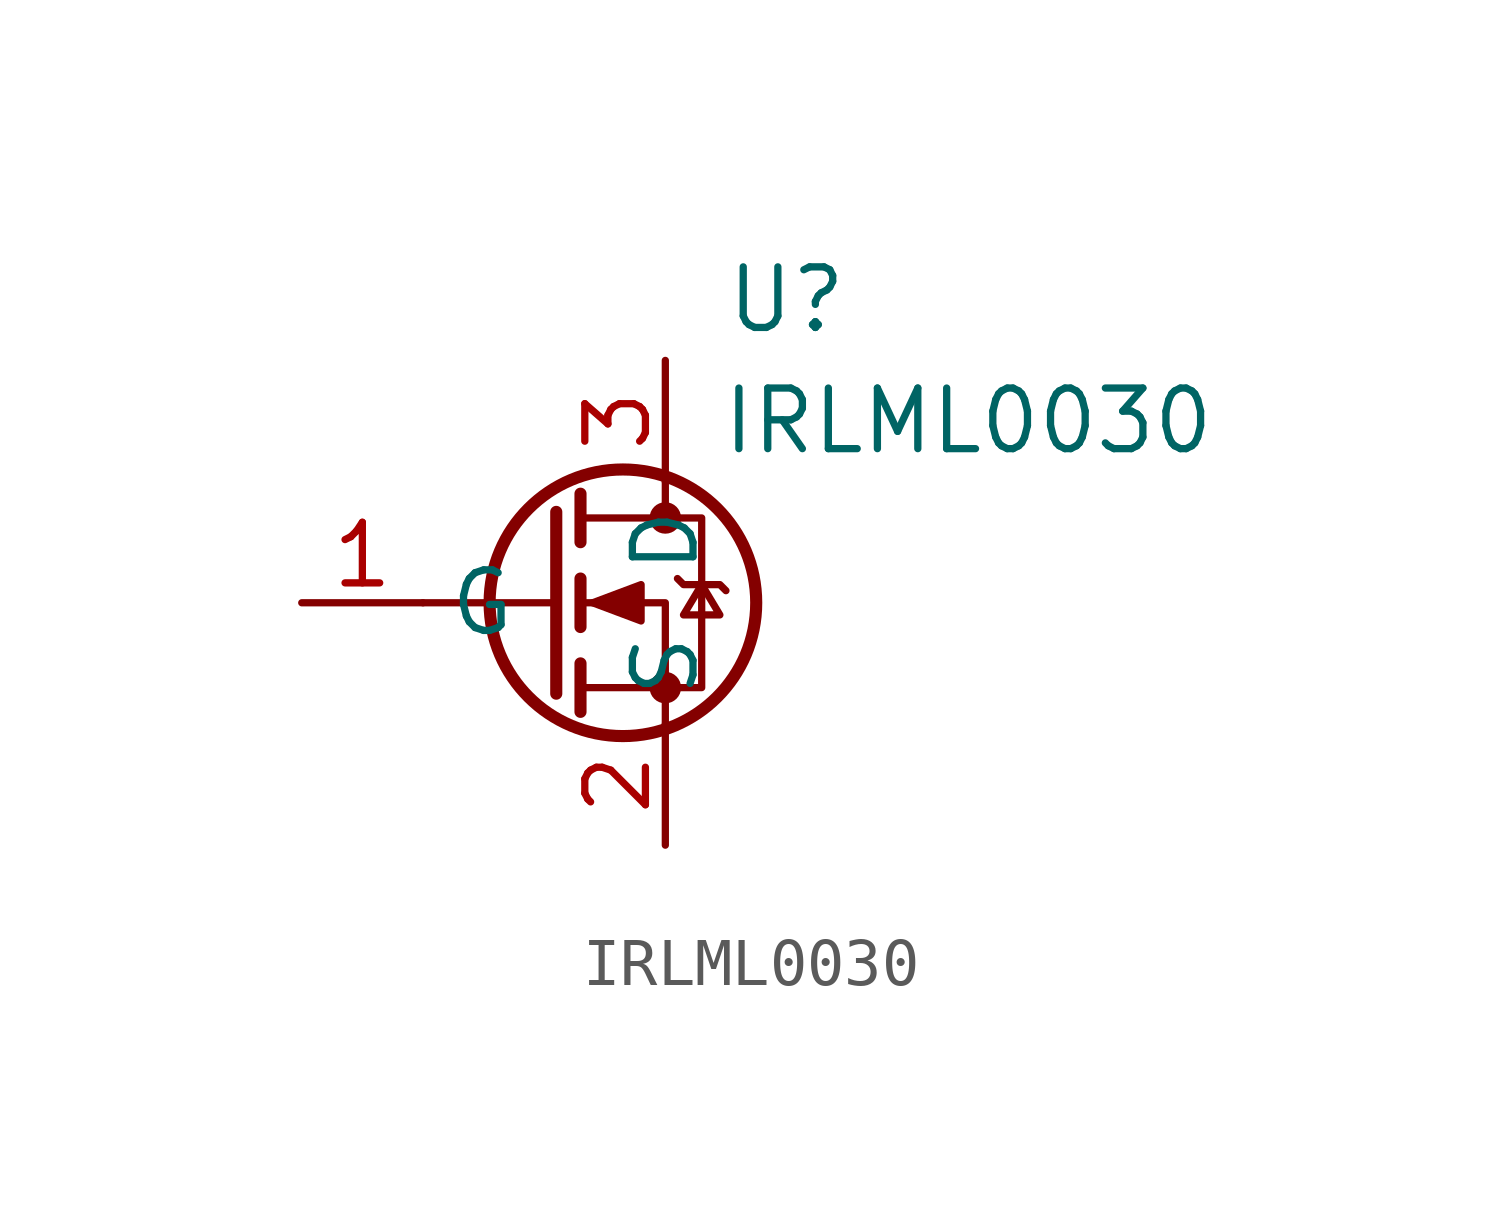
<source format=kicad_sym>
(kicad_symbol_lib
  (version 20220914)
  (generator kicad_symbol_editor)
  (symbol "IRLML0030"
    (property "Reference" "U"
      (at 2.54 6.35 0)
      (effects (font (size 1.27 1.27))))
    (property "Value" "IRLML0030"
      (at 6.35 3.81 0)
      (effects (font (size 1.27 1.27))))
    (symbol "IRLML0030_0_1"
      (circle (center -0.889 0) (radius 2.794) (stroke (width 0.254) (type default)) (fill (type none)))
      (circle (center 0 -1.778) (radius 0.254) (stroke (width 0) (type default)) (fill (type outline)))
      (polyline (pts (xy -2.286 0) (xy -5.08 0)) (stroke (width 0) (type default)) (fill (type none)))
      (polyline (pts (xy -2.286 1.905) (xy -2.286 -1.905)) (stroke (width 0.254) (type default)) (fill (type none)))
      (polyline (pts (xy -1.778 -1.27) (xy -1.778 -2.286)) (stroke (width 0.254) (type default)) (fill (type none)))
      (polyline (pts (xy -1.778 0.508) (xy -1.778 -0.508)) (stroke (width 0.254) (type default)) (fill (type none)))
      (polyline (pts (xy -1.778 2.286) (xy -1.778 1.27)) (stroke (width 0.254) (type default)) (fill (type none)))
      (polyline (pts (xy 0 2.54) (xy 0 1.778)) (stroke (width 0) (type default)) (fill (type none)))
      (polyline (pts (xy 0 -2.54) (xy 0 0) (xy -1.778 0)) (stroke (width 0) (type default)) (fill (type none)))
      (polyline (pts (xy -1.778 -1.778) (xy 0.762 -1.778) (xy 0.762 1.778) (xy -1.778 1.778)) (stroke (width 0) (type default)) (fill (type none)))
      (polyline (pts (xy -1.524 0) (xy -0.508 0.381) (xy -0.508 -0.381) (xy -1.524 0)) (stroke (width 0) (type default)) (fill (type outline)))
      (polyline (pts (xy 0.254 0.508) (xy 0.381 0.381) (xy 1.143 0.381) (xy 1.27 0.254)) (stroke (width 0) (type default)) (fill (type none)))
      (polyline (pts (xy 0.762 0.381) (xy 0.381 -0.254) (xy 1.143 -0.254) (xy 0.762 0.381)) (stroke (width 0) (type default)) (fill (type none)))
      (circle (center 0 1.778) (radius 0.254) (stroke (width 0) (type default)) (fill (type outline))))
    (symbol "IRLML0030_1_1"
      (pin input line (at -7.62 0 0) (length 2.54) (name "G" (effects (font (size 1.27 1.27)))) (number "1" (effects (font (size 1.27 1.27)))))
      (pin passive line (at 0 -5.08 90) (length 2.54) (name "S" (effects (font (size 1.27 1.27)))) (number "2" (effects (font (size 1.27 1.27)))))
      (pin passive line (at 0 5.08 270) (length 2.54) (name "D" (effects (font (size 1.27 1.27)))) (number "3" (effects (font (size 1.27 1.27))))))))
</source>
